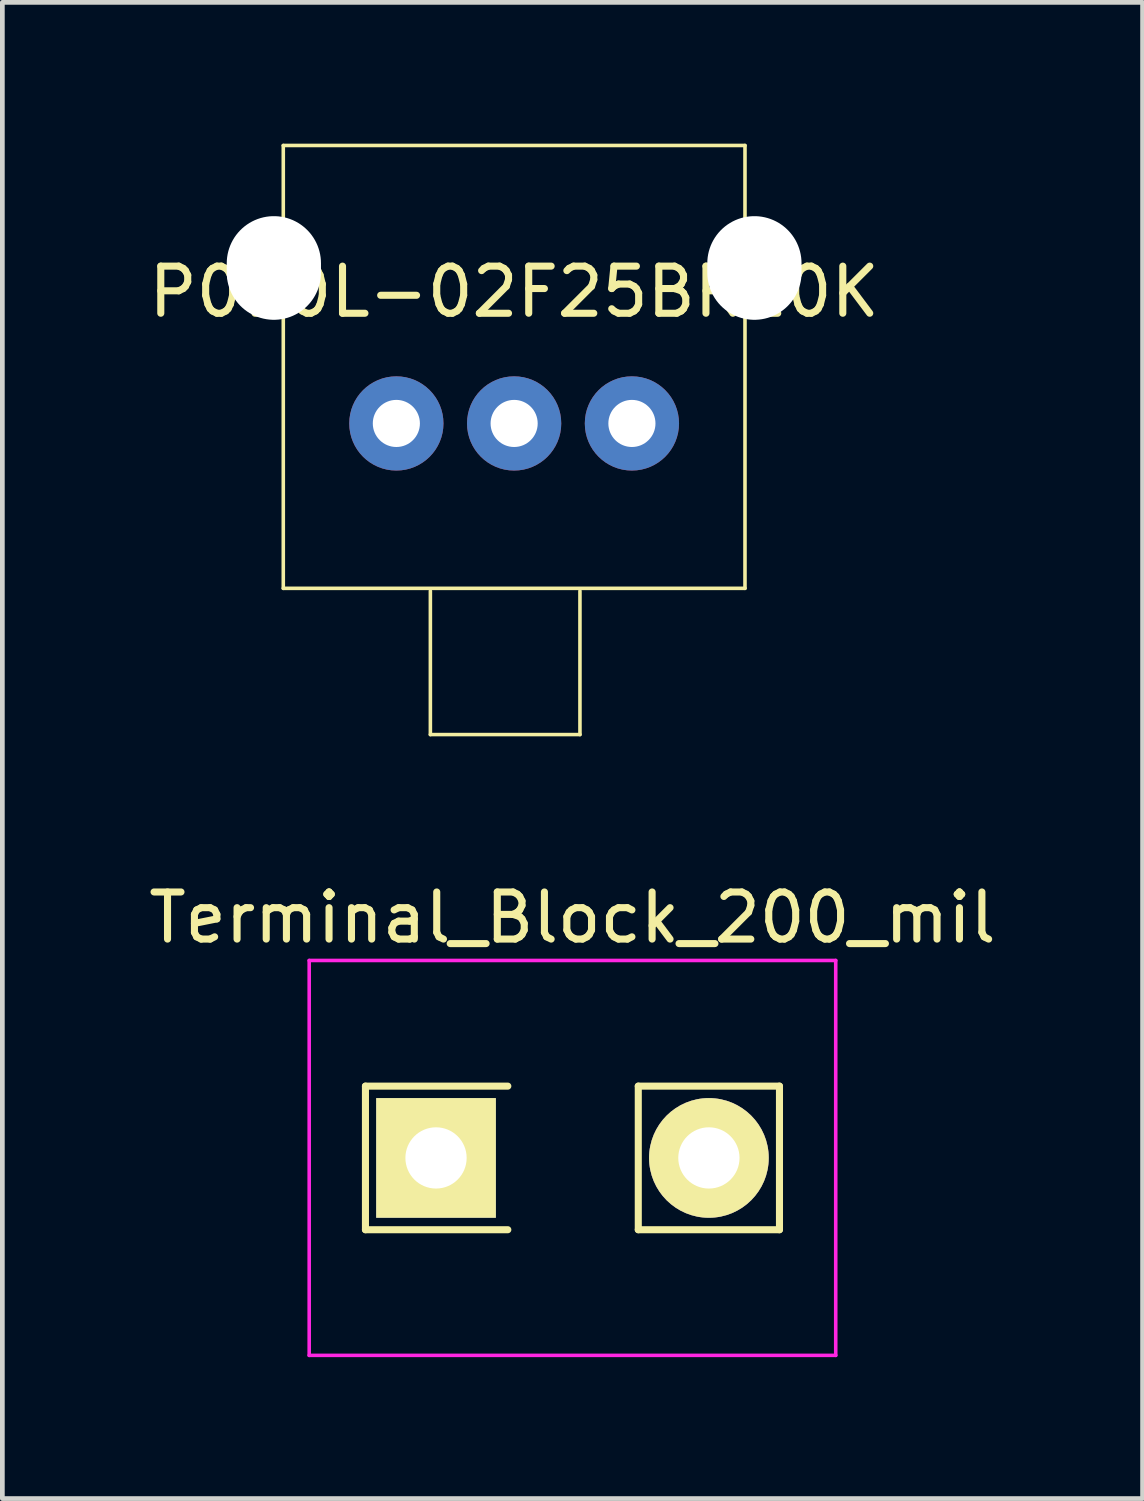
<source format=kicad_pcb>
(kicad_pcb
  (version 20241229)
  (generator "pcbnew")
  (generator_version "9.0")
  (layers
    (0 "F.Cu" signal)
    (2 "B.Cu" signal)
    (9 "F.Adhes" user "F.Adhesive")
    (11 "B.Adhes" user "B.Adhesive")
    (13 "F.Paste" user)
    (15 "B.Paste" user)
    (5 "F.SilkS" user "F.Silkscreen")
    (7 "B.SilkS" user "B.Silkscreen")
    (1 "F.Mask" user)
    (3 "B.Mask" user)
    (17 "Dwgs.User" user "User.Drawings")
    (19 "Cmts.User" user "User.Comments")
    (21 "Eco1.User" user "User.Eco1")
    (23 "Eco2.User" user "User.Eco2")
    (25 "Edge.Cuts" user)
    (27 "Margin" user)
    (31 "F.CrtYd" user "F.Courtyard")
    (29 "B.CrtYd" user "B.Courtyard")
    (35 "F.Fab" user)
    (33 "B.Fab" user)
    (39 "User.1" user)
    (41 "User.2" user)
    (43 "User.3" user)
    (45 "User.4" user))
  (footprint "Terminal_Block_200_mil"
    (layer "F.Cu")
    (at 9.101 21.528)
    (property "Reference" "Terminal_Block_200_mil" (at 0 -5.1 0) (layer "F.SilkS") (effects (font (size 1 1) (thickness 0.15))))
    (attr through_hole)
    (fp_line (start -4.394 -1.524) (end -1.372 -1.524) (stroke (width 0.15) (type solid)) (layer "F.SilkS"))
    (fp_line (start -4.394 1.524) (end -4.394 -1.524) (stroke (width 0.15) (type solid)) (layer "F.SilkS"))
    (fp_line (start -4.394 1.524) (end -1.372 1.524) (stroke (width 0.15) (type solid)) (layer "F.SilkS"))
    (fp_line (start 1.397 -1.524) (end 1.397 1.524) (stroke (width 0.15) (type solid)) (layer "F.SilkS"))
    (fp_line (start 1.397 1.524) (end 4.394 1.524) (stroke (width 0.15) (type solid)) (layer "F.SilkS"))
    (fp_line (start 4.394 -1.524) (end 1.397 -1.524) (stroke (width 0.15) (type solid)) (layer "F.SilkS"))
    (fp_line (start 4.394 -1.524) (end 4.394 1.524) (stroke (width 0.15) (type solid)) (layer "F.SilkS"))
    (fp_line (start -5.588 -4.191) (end 5.588 -4.191) (stroke (width 0.076) (type solid)) (layer "F.CrtYd"))
    (fp_line (start -5.588 4.191) (end -5.588 -4.191) (stroke (width 0.076) (type solid)) (layer "F.CrtYd"))
    (fp_line (start 5.588 -4.191) (end 5.588 4.191) (stroke (width 0.076) (type solid)) (layer "F.CrtYd"))
    (fp_line (start 5.588 4.191) (end -5.588 4.191) (stroke (width 0.076) (type solid)) (layer "F.CrtYd"))
    (pad "1" thru_hole rect (at -2.896 0) (size 2.54 2.54) (drill 1.3) (layers "*.Cu" "*.Mask" "F.SilkS"))
    (pad "2" thru_hole oval (at 2.896 0) (size 2.54 2.54) (drill 1.3) (layers "*.Cu" "*.Mask" "F.SilkS")))
  (footprint "P090L-02F25BR10K"
    (layer "F.Cu")
    (at 7.863 5.938)
    (property "Reference" "P090L-02F25BR10K" (at 0 -2.794 0) (layer "F.SilkS") (effects (font (size 1 1) (thickness 0.15))))
    (attr through_hole)
    (fp_line (start -4.9 -5.9) (end -4.9 3.5) (stroke (width 0.076) (type solid)) (layer "F.SilkS"))
    (fp_line (start -4.9 -5.9) (end 4.9 -5.9) (stroke (width 0.076) (type solid)) (layer "F.SilkS"))
    (fp_line (start -4.9 3.5) (end 4.9 3.5) (stroke (width 0.076) (type solid)) (layer "F.SilkS"))
    (fp_line (start -1.778 3.556) (end -1.778 6.604) (stroke (width 0.076) (type solid)) (layer "F.SilkS"))
    (fp_line (start -1.778 6.604) (end 1.397 6.604) (stroke (width 0.076) (type solid)) (layer "F.SilkS"))
    (fp_line (start 1.397 6.604) (end 1.397 3.556) (stroke (width 0.076) (type solid)) (layer "F.SilkS"))
    (fp_line (start 4.9 -5.9) (end 4.9 3.5) (stroke (width 0.076) (type solid)) (layer "F.SilkS"))
    (pad "" np_thru_hole oval (at -5.1 -3.3) (size 2 2.2) (drill oval 2 2.2) (layers "*.Cu" "*.Mask"))
    (pad "" np_thru_hole oval (at 5.1 -3.3) (size 2 2.2) (drill oval 2 2.2) (layers "*.Cu" "*.Mask"))
    (pad "1" thru_hole circle (at -2.5 0) (size 2 2) (drill 1) (layers "*.Cu" "*.Mask"))
    (pad "2" thru_hole circle (at 0 0) (size 2 2) (drill 1) (layers "*.Cu" "*.Mask"))
    (pad "3" thru_hole circle (at 2.5 0) (size 2 2) (drill 1) (layers "*.Cu" "*.Mask")))
  (gr_rect
    (start -3 -3)
    (end 21.202 28.758)
    (stroke (width 0.1) (type default))
    (fill no)
    (layer "Edge.Cuts")))
</source>
